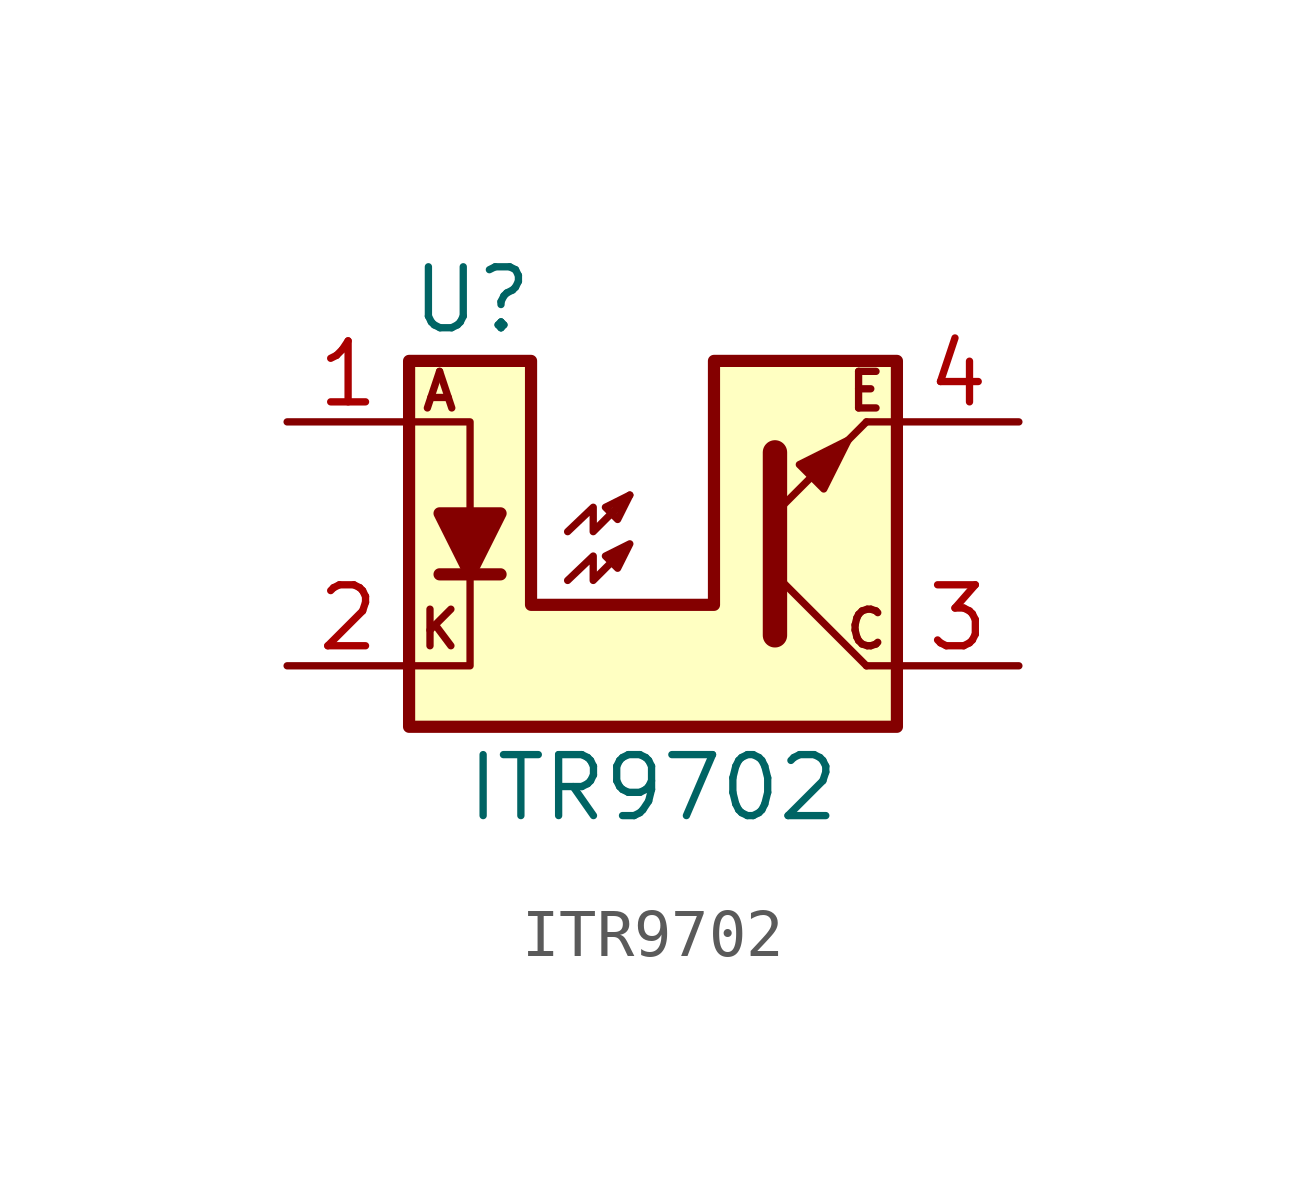
<source format=kicad_sym>
(kicad_symbol_lib
  (version 20220914)
  (generator kicad_symbol_editor)
  (symbol "ITR9702"
    (property "Reference" "U"
      (at -5.08 5.08 0)
      (effects (font (size 1.27 1.27)) (justify left)))
    (property "Value" "ITR9702"
      (at 0 -5.08 0)
      (effects (font (size 1.27 1.27))))
    (symbol "ITR9702_0_0"
      (text "A" (at -4.445 3.175 0) (effects (font (size 0.762 0.762))))
      (text "C" (at 4.445 -1.778 0) (effects (font (size 0.762 0.762))))
      (text "E" (at 4.445 3.175 0) (effects (font (size 0.762 0.762))))
      (text "K" (at -4.445 -1.778 0) (effects (font (size 0.762 0.762)))))
    (symbol "ITR9702_0_1"
      (polyline (pts (xy -4.445 -0.635) (xy -3.175 -0.635)) (stroke (width 0.254) (type default)) (fill (type none)))
      (polyline (pts (xy 2.54 -0.635) (xy 4.445 -2.54)) (stroke (width 0) (type default)) (fill (type none)))
      (polyline (pts (xy 4.445 -2.54) (xy 5.08 -2.54)) (stroke (width 0) (type default)) (fill (type none)))
      (polyline (pts (xy 4.445 2.54) (xy 2.54 0.635)) (stroke (width 0) (type default)) (fill (type outline)))
      (polyline (pts (xy 4.445 2.54) (xy 5.08 2.54)) (stroke (width 0) (type default)) (fill (type none)))
      (polyline (pts (xy -5.08 -2.54) (xy -3.81 -2.54) (xy -3.81 -0.635)) (stroke (width 0) (type default)) (fill (type none)))
      (polyline (pts (xy -5.08 2.54) (xy -3.81 2.54) (xy -3.81 0.635)) (stroke (width 0) (type default)) (fill (type none)))
      (polyline (pts (xy 2.54 -1.905) (xy 2.54 1.905) (xy 2.54 1.905)) (stroke (width 0.508) (type default)) (fill (type none)))
      (polyline (pts (xy -3.81 -0.635) (xy -4.445 0.635) (xy -3.175 0.635) (xy -3.81 -0.635)) (stroke (width 0.254) (type default)) (fill (type outline)))
      (polyline (pts (xy -1.778 0.254) (xy -1.245 0.762) (xy -1.245 0.254) (xy -0.483 1.016)) (stroke (width 0) (type default)) (fill (type none)))
      (polyline (pts (xy -0.483 1.016) (xy -0.991 0.762) (xy -0.737 0.508) (xy -0.483 1.016)) (stroke (width 0) (type default)) (fill (type none)))
      (polyline (pts (xy 3.048 1.651) (xy 3.556 1.143) (xy 4.064 2.159) (xy 3.048 1.651) (xy 3.048 1.651)) (stroke (width 0) (type default)) (fill (type outline)))
      (polyline (pts (xy -1.778 -0.762) (xy -1.245 -0.254) (xy -1.245 -0.762) (xy -0.483 0) (xy -0.991 -0.254) (xy -0.737 -0.508) (xy -0.483 0)) (stroke (width 0) (type default)) (fill (type none)))
      (polyline (pts (xy -5.08 3.81) (xy -5.08 -3.81) (xy 5.08 -3.81) (xy 5.08 3.81) (xy 1.27 3.81) (xy 1.27 -1.27) (xy -2.54 -1.27) (xy -2.54 3.81) (xy -5.08 3.81)) (stroke (width 0.254) (type default)) (fill (type background))))
    (symbol "ITR9702_1_1"
      (pin passive line (at -7.62 2.54 0) (length 2.54) (name "~" (effects (font (size 1.27 1.27)))) (number "1" (effects (font (size 1.27 1.27)))))
      (pin passive line (at -7.62 -2.54 0) (length 2.54) (name "~" (effects (font (size 1.27 1.27)))) (number "2" (effects (font (size 1.27 1.27)))))
      (pin open_collector line (at 7.62 -2.54 180) (length 2.54) (name "~" (effects (font (size 1.27 1.27)))) (number "3" (effects (font (size 1.27 1.27)))))
      (pin open_emitter line (at 7.62 2.54 180) (length 2.54) (name "~" (effects (font (size 1.27 1.27)))) (number "4" (effects (font (size 1.27 1.27))))))))
</source>
